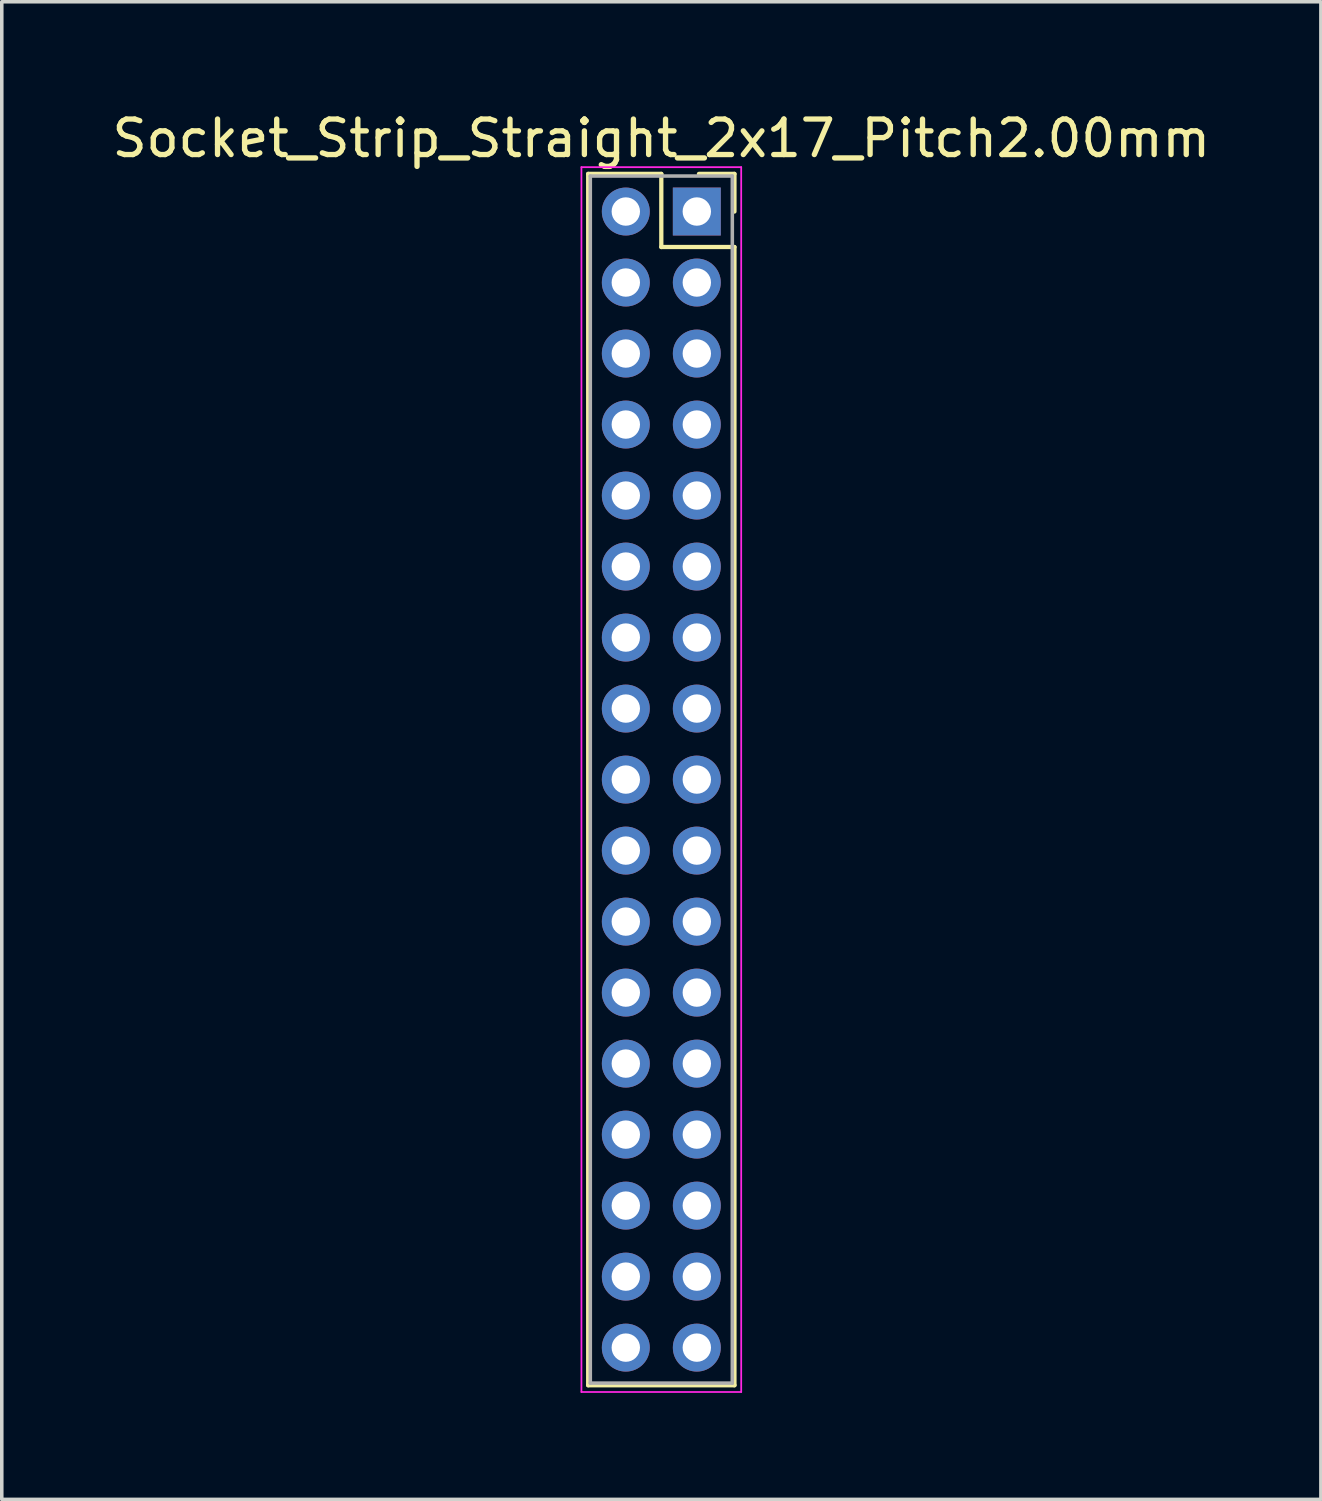
<source format=kicad_pcb>
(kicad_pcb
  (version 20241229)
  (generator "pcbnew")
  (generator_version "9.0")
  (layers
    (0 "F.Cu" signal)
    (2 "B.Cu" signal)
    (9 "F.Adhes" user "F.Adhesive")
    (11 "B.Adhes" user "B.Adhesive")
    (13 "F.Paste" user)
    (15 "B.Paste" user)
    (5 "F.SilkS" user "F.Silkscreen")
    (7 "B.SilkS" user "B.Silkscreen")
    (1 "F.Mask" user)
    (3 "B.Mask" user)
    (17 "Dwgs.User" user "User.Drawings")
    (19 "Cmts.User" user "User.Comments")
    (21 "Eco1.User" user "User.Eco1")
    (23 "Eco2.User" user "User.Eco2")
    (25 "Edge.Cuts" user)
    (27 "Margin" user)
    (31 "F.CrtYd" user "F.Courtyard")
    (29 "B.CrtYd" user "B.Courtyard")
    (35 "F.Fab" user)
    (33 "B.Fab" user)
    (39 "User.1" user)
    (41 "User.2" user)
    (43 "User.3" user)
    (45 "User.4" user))
  (footprint "Socket_Strip_Straight_2x17_Pitch2.00mm"
    (layer "F.Cu")
    (at 16.577 2.908)
    (property "Reference" "Socket_Strip_Straight_2x17_Pitch2.00mm" (at -1 -2.06 0) (layer "F.SilkS") (effects (font (size 1 1) (thickness 0.15))))
    (attr through_hole)
    (fp_line (start -3.06 -1.06) (end -1 -1.06) (stroke (width 0.12) (type solid)) (layer "F.SilkS"))
    (fp_line (start -3.06 33.06) (end -3.06 -1.06) (stroke (width 0.12) (type solid)) (layer "F.SilkS"))
    (fp_line (start -1 -1.06) (end -1 1) (stroke (width 0.12) (type solid)) (layer "F.SilkS"))
    (fp_line (start -1 1) (end 1.06 1) (stroke (width 0.12) (type solid)) (layer "F.SilkS"))
    (fp_line (start 1.06 -1.06) (end 0.06 -1.06) (stroke (width 0.12) (type solid)) (layer "F.SilkS"))
    (fp_line (start 1.06 0) (end 1.06 -1.06) (stroke (width 0.12) (type solid)) (layer "F.SilkS"))
    (fp_line (start 1.06 1) (end 1.06 33.06) (stroke (width 0.12) (type solid)) (layer "F.SilkS"))
    (fp_line (start 1.06 33.06) (end -3.06 33.06) (stroke (width 0.12) (type solid)) (layer "F.SilkS"))
    (fp_line (start -3.25 -1.25) (end -3.25 33.25) (stroke (width 0.05) (type solid)) (layer "F.CrtYd"))
    (fp_line (start -3.25 33.25) (end 1.25 33.25) (stroke (width 0.05) (type solid)) (layer "F.CrtYd"))
    (fp_line (start 1.25 -1.25) (end -3.25 -1.25) (stroke (width 0.05) (type solid)) (layer "F.CrtYd"))
    (fp_line (start 1.25 33.25) (end 1.25 -1.25) (stroke (width 0.05) (type solid)) (layer "F.CrtYd"))
    (fp_line (start -3 -1) (end -3 33) (stroke (width 0.1) (type solid)) (layer "F.Fab"))
    (fp_line (start -3 33) (end 1 33) (stroke (width 0.1) (type solid)) (layer "F.Fab"))
    (fp_line (start 1 -1) (end -3 -1) (stroke (width 0.1) (type solid)) (layer "F.Fab"))
    (fp_line (start 1 33) (end 1 -1) (stroke (width 0.1) (type solid)) (layer "F.Fab"))
    (pad "1" thru_hole rect (at 0 0) (size 1.35 1.35) (drill 0.8) (layers "*.Cu" "*.Mask"))
    (pad "2" thru_hole oval (at -2 0) (size 1.35 1.35) (drill 0.8) (layers "*.Cu" "*.Mask"))
    (pad "3" thru_hole oval (at 0 2) (size 1.35 1.35) (drill 0.8) (layers "*.Cu" "*.Mask"))
    (pad "4" thru_hole oval (at -2 2) (size 1.35 1.35) (drill 0.8) (layers "*.Cu" "*.Mask"))
    (pad "5" thru_hole oval (at 0 4) (size 1.35 1.35) (drill 0.8) (layers "*.Cu" "*.Mask"))
    (pad "6" thru_hole oval (at -2 4) (size 1.35 1.35) (drill 0.8) (layers "*.Cu" "*.Mask"))
    (pad "7" thru_hole oval (at 0 6) (size 1.35 1.35) (drill 0.8) (layers "*.Cu" "*.Mask"))
    (pad "8" thru_hole oval (at -2 6) (size 1.35 1.35) (drill 0.8) (layers "*.Cu" "*.Mask"))
    (pad "9" thru_hole oval (at 0 8) (size 1.35 1.35) (drill 0.8) (layers "*.Cu" "*.Mask"))
    (pad "10" thru_hole oval (at -2 8) (size 1.35 1.35) (drill 0.8) (layers "*.Cu" "*.Mask"))
    (pad "11" thru_hole oval (at 0 10) (size 1.35 1.35) (drill 0.8) (layers "*.Cu" "*.Mask"))
    (pad "12" thru_hole oval (at -2 10) (size 1.35 1.35) (drill 0.8) (layers "*.Cu" "*.Mask"))
    (pad "13" thru_hole oval (at 0 12) (size 1.35 1.35) (drill 0.8) (layers "*.Cu" "*.Mask"))
    (pad "14" thru_hole oval (at -2 12) (size 1.35 1.35) (drill 0.8) (layers "*.Cu" "*.Mask"))
    (pad "15" thru_hole oval (at 0 14) (size 1.35 1.35) (drill 0.8) (layers "*.Cu" "*.Mask"))
    (pad "16" thru_hole oval (at -2 14) (size 1.35 1.35) (drill 0.8) (layers "*.Cu" "*.Mask"))
    (pad "17" thru_hole oval (at 0 16) (size 1.35 1.35) (drill 0.8) (layers "*.Cu" "*.Mask"))
    (pad "18" thru_hole oval (at -2 16) (size 1.35 1.35) (drill 0.8) (layers "*.Cu" "*.Mask"))
    (pad "19" thru_hole oval (at 0 18) (size 1.35 1.35) (drill 0.8) (layers "*.Cu" "*.Mask"))
    (pad "20" thru_hole oval (at -2 18) (size 1.35 1.35) (drill 0.8) (layers "*.Cu" "*.Mask"))
    (pad "21" thru_hole oval (at 0 20) (size 1.35 1.35) (drill 0.8) (layers "*.Cu" "*.Mask"))
    (pad "22" thru_hole oval (at -2 20) (size 1.35 1.35) (drill 0.8) (layers "*.Cu" "*.Mask"))
    (pad "23" thru_hole oval (at 0 22) (size 1.35 1.35) (drill 0.8) (layers "*.Cu" "*.Mask"))
    (pad "24" thru_hole oval (at -2 22) (size 1.35 1.35) (drill 0.8) (layers "*.Cu" "*.Mask"))
    (pad "25" thru_hole oval (at 0 24) (size 1.35 1.35) (drill 0.8) (layers "*.Cu" "*.Mask"))
    (pad "26" thru_hole oval (at -2 24) (size 1.35 1.35) (drill 0.8) (layers "*.Cu" "*.Mask"))
    (pad "27" thru_hole oval (at 0 26) (size 1.35 1.35) (drill 0.8) (layers "*.Cu" "*.Mask"))
    (pad "28" thru_hole oval (at -2 26) (size 1.35 1.35) (drill 0.8) (layers "*.Cu" "*.Mask"))
    (pad "29" thru_hole oval (at 0 28) (size 1.35 1.35) (drill 0.8) (layers "*.Cu" "*.Mask"))
    (pad "30" thru_hole oval (at -2 28) (size 1.35 1.35) (drill 0.8) (layers "*.Cu" "*.Mask"))
    (pad "31" thru_hole oval (at 0 30) (size 1.35 1.35) (drill 0.8) (layers "*.Cu" "*.Mask"))
    (pad "32" thru_hole oval (at -2 30) (size 1.35 1.35) (drill 0.8) (layers "*.Cu" "*.Mask"))
    (pad "33" thru_hole oval (at 0 32) (size 1.35 1.35) (drill 0.8) (layers "*.Cu" "*.Mask"))
    (pad "34" thru_hole oval (at -2 32) (size 1.35 1.35) (drill 0.8) (layers "*.Cu" "*.Mask")))
  (gr_rect
    (start -3 -3)
    (end 34.155 39.183)
    (stroke (width 0.1) (type default))
    (fill no)
    (layer "Edge.Cuts")))
</source>
